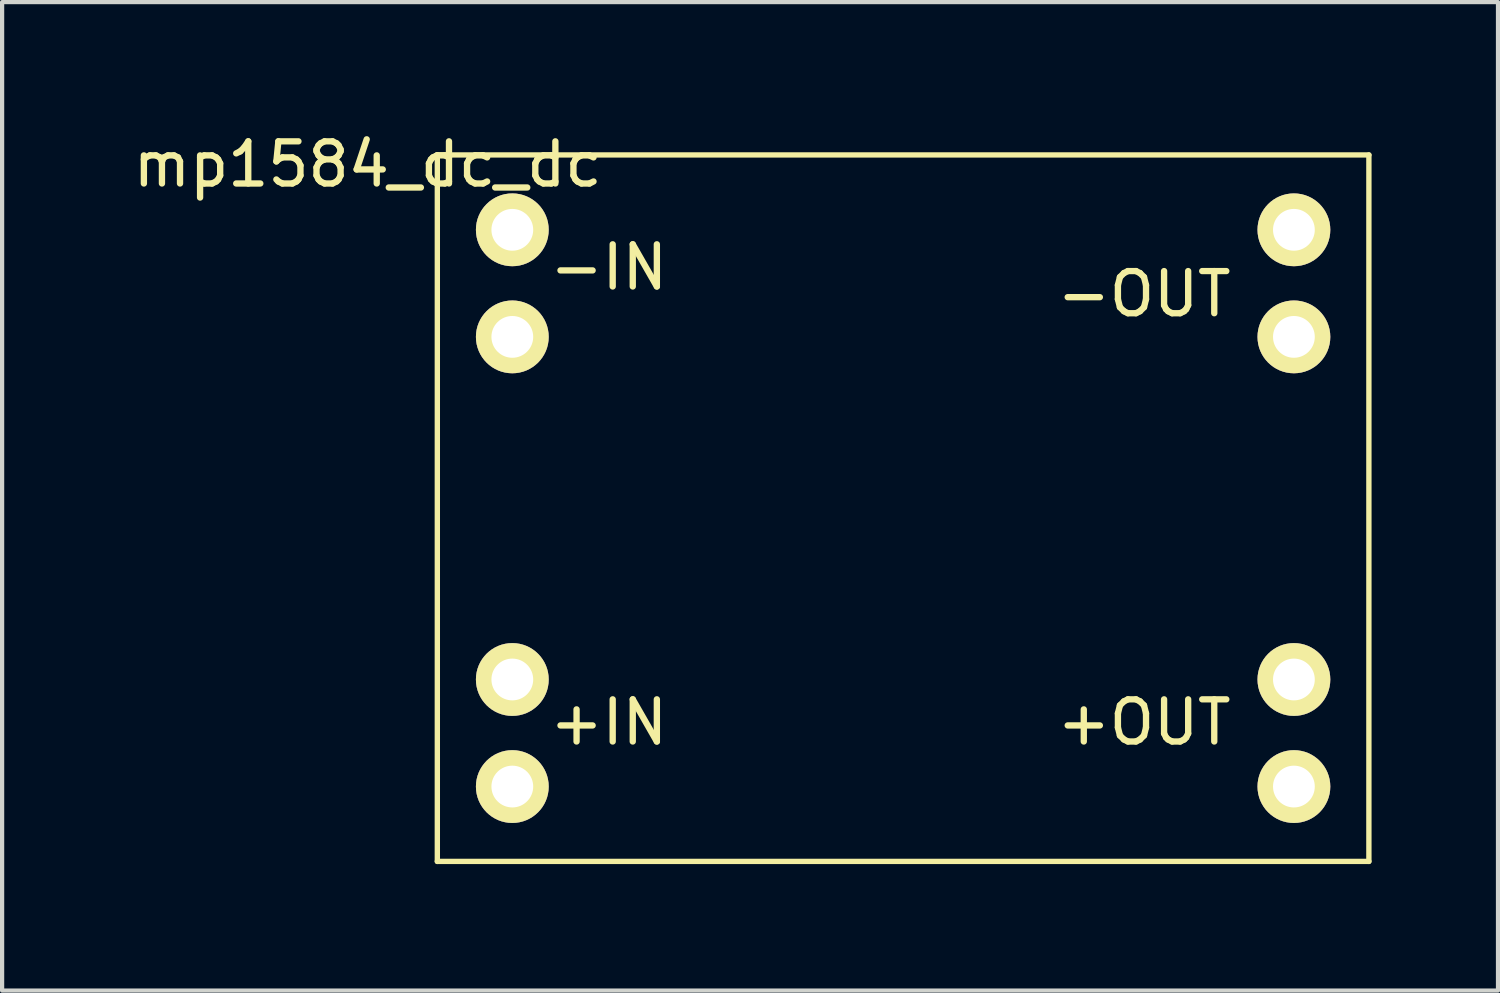
<source format=kicad_pcb>
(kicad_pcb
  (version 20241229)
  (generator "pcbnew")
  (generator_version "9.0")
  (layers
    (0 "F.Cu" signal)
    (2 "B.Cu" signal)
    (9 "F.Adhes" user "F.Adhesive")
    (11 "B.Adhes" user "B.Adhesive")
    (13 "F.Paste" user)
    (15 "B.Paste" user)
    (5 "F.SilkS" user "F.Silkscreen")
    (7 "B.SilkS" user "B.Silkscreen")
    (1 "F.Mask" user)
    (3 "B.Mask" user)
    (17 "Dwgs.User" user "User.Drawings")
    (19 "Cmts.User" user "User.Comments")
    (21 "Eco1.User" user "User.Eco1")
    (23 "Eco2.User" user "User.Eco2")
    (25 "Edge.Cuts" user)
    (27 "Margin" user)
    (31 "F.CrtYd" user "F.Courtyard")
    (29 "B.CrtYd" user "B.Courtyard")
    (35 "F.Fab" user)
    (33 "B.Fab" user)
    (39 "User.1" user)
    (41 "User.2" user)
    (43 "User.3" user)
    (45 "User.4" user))
  (footprint "mp1584_dc_dc"
    (layer "F.Cu")
    (at 18.375 9.006)
    (property "Reference" "mp1584_dc_dc" (at -12.702 -8.158 180) (layer "F.SilkS") (effects (font (size 1 1) (thickness 0.15))))
    (attr through_hole)
    (fp_line (start -11.05 -8.38) (end -11.05 8.38) (stroke (width 0.127) (type solid)) (layer "F.SilkS"))
    (fp_line (start -11.05 8.38) (end 11.05 8.38) (stroke (width 0.127) (type solid)) (layer "F.SilkS"))
    (fp_line (start 11.05 -8.38) (end -11.05 -8.38) (stroke (width 0.127) (type solid)) (layer "F.SilkS"))
    (fp_line (start 11.05 8.38) (end 11.05 -8.38) (stroke (width 0.127) (type solid)) (layer "F.SilkS"))
    (fp_text user "-IN" (at -6.985 -5.715 0) (layer "F.SilkS") (effects (font (size 1 1) (thickness 0.15))))
    (fp_text user "+IN" (at -6.985 5.08 0) (layer "F.SilkS") (effects (font (size 1 1) (thickness 0.15))))
    (fp_text user "+OUT" (at 5.715 5.08 0) (layer "F.SilkS") (effects (font (size 1 1) (thickness 0.15))))
    (fp_text user "-OUT" (at 5.715 -5.08 0) (layer "F.SilkS") (effects (font (size 1 1) (thickness 0.15))))
    (pad "1" thru_hole circle (at -9.271 -6.604) (size 1.727 1.727) (drill 0.991) (layers "*.Cu" "*.Mask" "F.SilkS"))
    (pad "2" thru_hole circle (at -9.271 -4.064) (size 1.727 1.727) (drill 0.991) (layers "*.Cu" "*.Mask" "F.SilkS"))
    (pad "3" thru_hole circle (at -9.271 4.064) (size 1.727 1.727) (drill 0.991) (layers "*.Cu" "*.Mask" "F.SilkS"))
    (pad "4" thru_hole circle (at -9.271 6.604) (size 1.727 1.727) (drill 0.991) (layers "*.Cu" "*.Mask" "F.SilkS"))
    (pad "5" thru_hole circle (at 9.271 -6.604) (size 1.727 1.727) (drill 0.991) (layers "*.Cu" "*.Mask" "F.SilkS"))
    (pad "6" thru_hole circle (at 9.271 -4.064) (size 1.727 1.727) (drill 0.991) (layers "*.Cu" "*.Mask" "F.SilkS"))
    (pad "7" thru_hole circle (at 9.271 4.064) (size 1.727 1.727) (drill 0.991) (layers "*.Cu" "*.Mask" "F.SilkS"))
    (pad "8" thru_hole circle (at 9.271 6.604) (size 1.727 1.727) (drill 0.991) (layers "*.Cu" "*.Mask" "F.SilkS")))
  (gr_rect
    (start -3 -3)
    (end 32.488 20.45)
    (stroke (width 0.1) (type default))
    (fill no)
    (layer "Edge.Cuts")))
</source>
